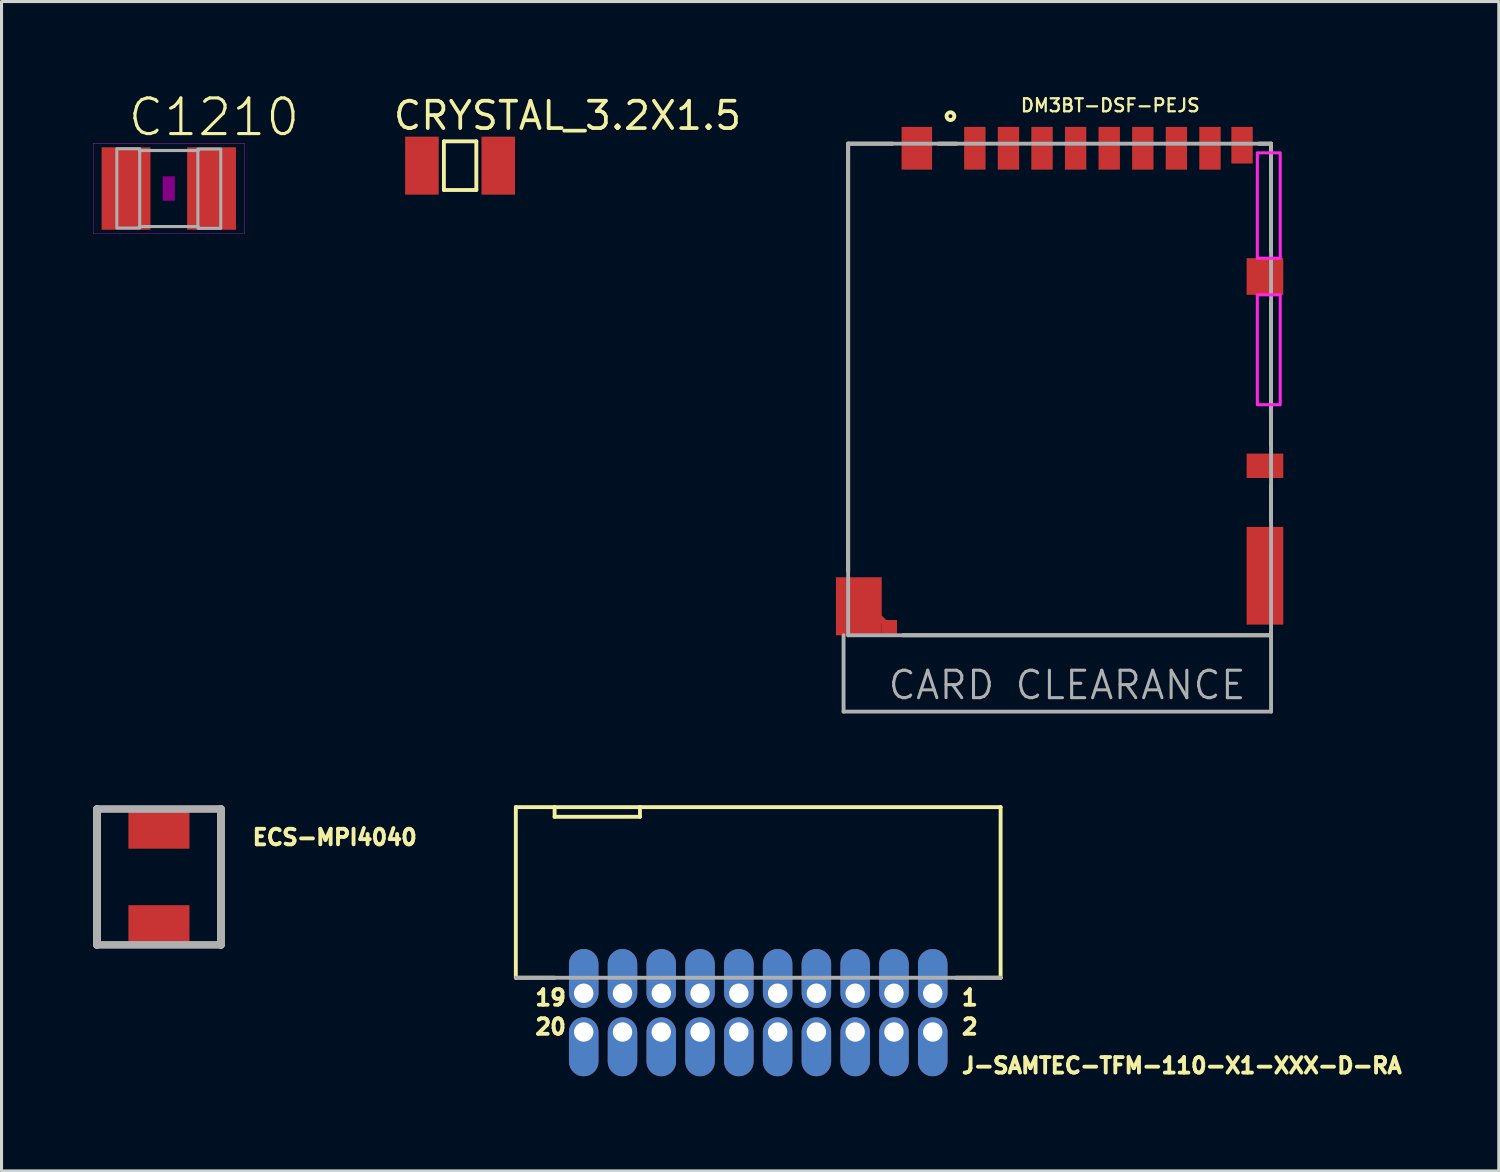
<source format=kicad_pcb>
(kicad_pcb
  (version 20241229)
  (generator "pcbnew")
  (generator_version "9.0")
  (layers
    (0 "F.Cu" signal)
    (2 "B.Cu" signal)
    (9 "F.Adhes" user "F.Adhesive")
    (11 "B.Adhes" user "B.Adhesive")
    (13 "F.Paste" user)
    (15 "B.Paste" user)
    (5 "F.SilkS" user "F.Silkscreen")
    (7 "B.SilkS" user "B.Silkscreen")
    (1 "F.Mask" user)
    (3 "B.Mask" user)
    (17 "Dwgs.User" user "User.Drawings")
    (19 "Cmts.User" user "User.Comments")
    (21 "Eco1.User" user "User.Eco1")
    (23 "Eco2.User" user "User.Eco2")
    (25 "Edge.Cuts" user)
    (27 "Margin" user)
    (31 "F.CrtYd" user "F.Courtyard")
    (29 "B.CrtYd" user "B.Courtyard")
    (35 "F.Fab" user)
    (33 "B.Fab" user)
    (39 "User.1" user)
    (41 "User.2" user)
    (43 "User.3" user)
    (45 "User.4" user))
  (footprint "ECS-MPI4040"
    (layer "F.Cu")
    (at 2.155 25.669)
    (property "Reference" "ECS-MPI4040" (at 3 -1 0) (unlocked yes) (layer "F.SilkS") (effects (font (size 0.508 0.508) (thickness 0.127)) (justify left bottom)))
    (fp_line (start -2.03 -2.225) (end -2.03 2.225) (stroke (width 0.25) (type solid)) (layer "F.SilkS"))
    (fp_line (start 2.03 -2.225) (end 2.03 2.225) (stroke (width 0.25) (type solid)) (layer "F.SilkS"))
    (fp_line (start -2.03 -2.225) (end -2.03 2.225) (stroke (width 0.25) (type solid)) (layer "F.Fab"))
    (fp_line (start 2.03 -2.225) (end -2.03 -2.225) (stroke (width 0.25) (type solid)) (layer "F.Fab"))
    (fp_line (start 2.03 -2.225) (end 2.03 2.225) (stroke (width 0.25) (type solid)) (layer "F.Fab"))
    (fp_line (start 2.03 2.225) (end -2.03 2.225) (stroke (width 0.25) (type solid)) (layer "F.Fab"))
    (pad "1" smd rect (at 0 -1.575) (size 2 1.3) (layers "F.Cu" "F.Mask" "F.Paste"))
    (pad "2" smd rect (at 0 1.575) (size 2 1.3) (layers "F.Cu" "F.Mask" "F.Paste")))
  (footprint "C1210"
    (layer "F.Cu")
    (at 2.478 3.124)
    (property "Reference" "C1210" (at -1.397 -1.651 0) (unlocked yes) (layer "F.SilkS") (effects (font (size 1.168 1.168) (thickness 0.102)) (justify left bottom)))
    (fp_poly (pts (xy -0.2 0.4) (xy 0.2 0.4) (xy 0.2 -0.4) (xy -0.2 -0.4)) (stroke (width 0) (type default)) (fill yes) (layer "F.Adhes"))
    (fp_line (start -2.473 -1.483) (end 2.473 -1.483) (stroke (width 0.01) (type solid)) (layer "F.CrtYd"))
    (fp_line (start -2.473 1.483) (end -2.473 -1.483) (stroke (width 0.01) (type solid)) (layer "F.CrtYd"))
    (fp_line (start 2.473 -1.483) (end 2.473 1.483) (stroke (width 0.01) (type solid)) (layer "F.CrtYd"))
    (fp_line (start 2.473 1.483) (end -2.473 1.483) (stroke (width 0.01) (type solid)) (layer "F.CrtYd"))
    (fp_line (start -0.965 -1.245) (end 0.965 -1.245) (stroke (width 0.102) (type solid)) (layer "F.Fab"))
    (fp_line (start -0.965 1.245) (end 0.965 1.245) (stroke (width 0.102) (type solid)) (layer "F.Fab"))
    (fp_poly (pts (xy -1.702 1.295) (xy -0.952 1.295) (xy -0.952 -1.304) (xy -1.702 -1.304)) (stroke (width 0.1) (type default)) (fill no) (layer "F.Fab"))
    (fp_poly (pts (xy 0.952 1.304) (xy 1.702 1.304) (xy 1.702 -1.295) (xy 0.952 -1.295)) (stroke (width 0.1) (type default)) (fill no) (layer "F.Fab"))
    (pad "1" smd rect (at -1.4 0) (size 1.6 2.7) (layers "F.Cu" "F.Mask" "F.Paste"))
    (pad "2" smd rect (at 1.4 0) (size 1.6 2.7) (layers "F.Cu" "F.Mask" "F.Paste")))
  (footprint "CRYSTAL_3.2X1.5"
    (layer "F.Cu")
    (at 12.018 2.375)
    (property "Reference" "CRYSTAL_3.2X1.5" (at -2.247 -1.116 0) (unlocked yes) (layer "F.SilkS") (effects (font (size 0.894 0.894) (thickness 0.122)) (justify left bottom)))
    (fp_line (start -0.531 -0.797) (end 0.531 -0.797) (stroke (width 0.127) (type solid)) (layer "F.SilkS"))
    (fp_line (start -0.531 0.797) (end -0.531 -0.797) (stroke (width 0.127) (type solid)) (layer "F.SilkS"))
    (fp_line (start 0.531 -0.797) (end 0.531 0.797) (stroke (width 0.127) (type solid)) (layer "F.SilkS"))
    (fp_line (start 0.531 0.797) (end -0.531 0.797) (stroke (width 0.127) (type solid)) (layer "F.SilkS"))
    (pad "P$1" smd rect (at -1.25 0) (size 1.1 1.9) (layers "F.Cu" "F.Mask" "F.Paste"))
    (pad "P$2" smd rect (at 1.25 0) (size 1.1 1.9) (layers "F.Cu" "F.Mask" "F.Paste")))
  (footprint "DM3BT-DSF-PEJS"
    (layer "F.Cu")
    (at 32.076 17.755)
    (property "Reference" "DM3BT-DSF-PEJS" (at -1.739 -17.105 0) (unlocked yes) (layer "F.SilkS") (effects (font (size 0.425 0.425) (thickness 0.075)) (justify left bottom)))
    (fp_line (start -7.35 -2.1) (end -7.35 -16.1) (stroke (width 0.127) (type solid)) (layer "F.SilkS"))
    (fp_line (start -5.9 -16.1) (end -7.35 -16.1) (stroke (width 0.127) (type solid)) (layer "F.SilkS"))
    (fp_line (start -4.4 -16.1) (end -3.8 -16.1) (stroke (width 0.127) (type solid)) (layer "F.SilkS"))
    (fp_line (start 6.1 -16.1) (end 6.5 -16.1) (stroke (width 0.127) (type solid)) (layer "F.SilkS"))
    (fp_line (start 6.5 -16.1) (end 6.5 -12.6) (stroke (width 0.127) (type solid)) (layer "F.SilkS"))
    (fp_line (start 6.5 -10.9) (end 6.5 -6.2) (stroke (width 0.127) (type solid)) (layer "F.SilkS"))
    (fp_line (start 6.5 -3.75) (end 6.5 -4.9) (stroke (width 0.127) (type solid)) (layer "F.SilkS"))
    (fp_line (start 6.5 -0.1) (end 6.5 0) (stroke (width 0.127) (type solid)) (layer "F.SilkS"))
    (fp_line (start 6.5 0) (end -5.55 0) (stroke (width 0.127) (type solid)) (layer "F.SilkS"))
    (fp_circle (center -4 -17) (end -3.873 -17) (stroke (width 0.127) (type solid)) (fill no) (layer "F.SilkS"))
    (fp_poly (pts (xy 6.05 -12.35) (xy 6.8 -12.35) (xy 6.8 -15.8) (xy 6.05 -15.8)) (stroke (width 0.1) (type default)) (fill no) (layer "F.CrtYd"))
    (fp_poly (pts (xy 6.05 -7.55) (xy 6.8 -7.55) (xy 6.8 -11.15) (xy 6.05 -11.15)) (stroke (width 0.1) (type default)) (fill no) (layer "F.CrtYd"))
    (fp_line (start -7.5 2.5) (end -7.5 0) (stroke (width 0.127) (type solid)) (layer "F.Fab"))
    (fp_line (start -7.5 2.5) (end 6.5 2.5) (stroke (width 0.127) (type solid)) (layer "F.Fab"))
    (fp_line (start -7.35 -16.1) (end -7.35 0) (stroke (width 0.127) (type solid)) (layer "F.Fab"))
    (fp_line (start -7.35 0) (end 6.5 0) (stroke (width 0.127) (type solid)) (layer "F.Fab"))
    (fp_line (start 6.5 -16.1) (end -7.35 -16.1) (stroke (width 0.127) (type solid)) (layer "F.Fab"))
    (fp_line (start 6.5 0) (end 6.5 -16.1) (stroke (width 0.127) (type solid)) (layer "F.Fab"))
    (fp_line (start 6.5 2.5) (end 6.5 0) (stroke (width 0.127) (type solid)) (layer "F.Fab"))
    (fp_text user "CARD CLEARANCE" (at -6.096 2.159 0) (unlocked yes) (layer "F.Fab") (effects (font (size 0.9 0.9) (thickness 0.1)) (justify left bottom)))
    (pad "1" smd rect (at -3.2 -15.95 90) (size 1.4 0.7) (layers "F.Cu" "F.Mask" "F.Paste"))
    (pad "2" smd rect (at -2.1 -15.95 90) (size 1.4 0.7) (layers "F.Cu" "F.Mask" "F.Paste"))
    (pad "3" smd rect (at -1 -15.95 90) (size 1.4 0.7) (layers "F.Cu" "F.Mask" "F.Paste"))
    (pad "4" smd rect (at 0.1 -15.95 90) (size 1.4 0.7) (layers "F.Cu" "F.Mask" "F.Paste"))
    (pad "5" smd rect (at 1.2 -15.95 90) (size 1.4 0.7) (layers "F.Cu" "F.Mask" "F.Paste"))
    (pad "6" smd rect (at 2.3 -15.95 90) (size 1.4 0.7) (layers "F.Cu" "F.Mask" "F.Paste"))
    (pad "7" smd rect (at 3.4 -15.95 90) (size 1.4 0.7) (layers "F.Cu" "F.Mask" "F.Paste"))
    (pad "8" smd rect (at 4.5 -15.95 90) (size 1.4 0.7) (layers "F.Cu" "F.Mask" "F.Paste"))
    (pad "CD" smd rect (at 5.55 -16.05 90) (size 1.2 0.7) (layers "F.Cu" "F.Mask" "F.Paste"))
    (pad "CGND1" smd rect (at -6 -0.25) (size 0.5 0.5) (layers "F.Cu" "F.Mask" "F.Paste"))
    (pad "CGND2" smd rect (at -7 -0.95) (size 1.5 1.9) (layers "F.Cu" "F.Mask" "F.Paste"))
    (pad "CGND3" smd rect (at -6.25 -0.5 45) (size 0.21 0.21) (layers "F.Cu" "F.Mask" "F.Paste"))
    (pad "CGND4" smd rect (at -5.1 -15.95) (size 1 1.4) (layers "F.Cu" "F.Mask" "F.Paste"))
    (pad "CGND5" smd rect (at 6.3 -11.75) (size 1.2 1.2) (layers "F.Cu" "F.Mask" "F.Paste"))
    (pad "CGND6" smd rect (at 6.3 -1.95) (size 1.2 3.2) (layers "F.Cu" "F.Mask" "F.Paste"))
    (pad "GND" smd rect (at 6.3 -5.55) (size 1.2 0.8) (layers "F.Cu" "F.Mask" "F.Paste")))
  (footprint "J-SAMTEC-TFM-110-X1-XXX-D-RA"
    (layer "F.Cu")
    (at 21.781 30.113)
    (property "Reference" "J-SAMTEC-TFM-110-X1-XXX-D-RA" (at 6.604 2.032 0) (unlocked yes) (layer "F.SilkS") (effects (font (size 0.508 0.508) (thickness 0.127)) (justify left bottom)))
    (fp_line (start -7.938 -6.731) (end -6.668 -6.731) (stroke (width 0.127) (type solid)) (layer "F.SilkS"))
    (fp_line (start -7.938 -1.143) (end -7.938 -6.731) (stroke (width 0.127) (type solid)) (layer "F.SilkS"))
    (fp_line (start -7.938 -1.143) (end -6.668 -1.143) (stroke (width 0.127) (type solid)) (layer "F.SilkS"))
    (fp_line (start -6.668 -6.731) (end -6.668 -6.413) (stroke (width 0.127) (type solid)) (layer "F.SilkS"))
    (fp_line (start -6.668 -6.731) (end -3.873 -6.731) (stroke (width 0.127) (type solid)) (layer "F.SilkS"))
    (fp_line (start -6.668 -6.413) (end -3.873 -6.413) (stroke (width 0.127) (type solid)) (layer "F.SilkS"))
    (fp_line (start -3.873 -6.731) (end 7.938 -6.731) (stroke (width 0.127) (type solid)) (layer "F.SilkS"))
    (fp_line (start -3.873 -6.413) (end -3.873 -6.731) (stroke (width 0.127) (type solid)) (layer "F.SilkS"))
    (fp_line (start 6.477 -1.143) (end 7.938 -1.143) (stroke (width 0.127) (type solid)) (layer "F.SilkS"))
    (fp_line (start 7.938 -6.731) (end 7.938 -1.143) (stroke (width 0.127) (type solid)) (layer "F.SilkS"))
    (fp_line (start -7.938 -1.143) (end 7.938 -1.143) (stroke (width 0.127) (type solid)) (layer "F.Fab"))
    (fp_text user "19" (at -7.366 -0.191 0) (unlocked yes) (layer "F.SilkS") (effects (font (size 0.508 0.508) (thickness 0.127)) (justify left bottom)))
    (fp_text user "20" (at -7.366 0.762 0) (unlocked yes) (layer "F.SilkS") (effects (font (size 0.508 0.508) (thickness 0.127)) (justify left bottom)))
    (fp_text user "2" (at 6.604 0.762 0) (unlocked yes) (layer "F.SilkS") (effects (font (size 0.508 0.508) (thickness 0.127)) (justify left bottom)))
    (fp_text user "1" (at 6.604 -0.191 0) (unlocked yes) (layer "F.SilkS") (effects (font (size 0.508 0.508) (thickness 0.127)) (justify left bottom)))
    (pad "1" thru_hole oval (at 5.715 -0.635 90) (size 1.93 0.965) (drill 0.635 (offset 0.483 0)) (layers "*.Cu" "*.Mask"))
    (pad "2" thru_hole oval (at 5.715 0.635 270) (size 1.93 0.965) (drill 0.635 (offset 0.483 0)) (layers "*.Cu" "*.Mask"))
    (pad "3" thru_hole oval (at 4.445 -0.635 90) (size 1.93 0.965) (drill 0.635 (offset 0.483 0)) (layers "*.Cu" "*.Mask"))
    (pad "4" thru_hole oval (at 4.445 0.635 270) (size 1.93 0.965) (drill 0.635 (offset 0.483 0)) (layers "*.Cu" "*.Mask"))
    (pad "5" thru_hole oval (at 3.175 -0.635 90) (size 1.93 0.965) (drill 0.635 (offset 0.483 0)) (layers "*.Cu" "*.Mask"))
    (pad "6" thru_hole oval (at 3.175 0.635 270) (size 1.93 0.965) (drill 0.635 (offset 0.483 0)) (layers "*.Cu" "*.Mask"))
    (pad "7" thru_hole oval (at 1.905 -0.635 90) (size 1.93 0.965) (drill 0.635 (offset 0.483 0)) (layers "*.Cu" "*.Mask"))
    (pad "8" thru_hole oval (at 1.905 0.635 270) (size 1.93 0.965) (drill 0.635 (offset 0.483 0)) (layers "*.Cu" "*.Mask"))
    (pad "9" thru_hole oval (at 0.635 -0.635 90) (size 1.93 0.965) (drill 0.635 (offset 0.483 0)) (layers "*.Cu" "*.Mask"))
    (pad "10" thru_hole oval (at 0.635 0.635 270) (size 1.93 0.965) (drill 0.635 (offset 0.483 0)) (layers "*.Cu" "*.Mask"))
    (pad "11" thru_hole oval (at -0.635 -0.635 90) (size 1.93 0.965) (drill 0.635 (offset 0.483 0)) (layers "*.Cu" "*.Mask"))
    (pad "12" thru_hole oval (at -0.635 0.635 270) (size 1.93 0.965) (drill 0.635 (offset 0.483 0)) (layers "*.Cu" "*.Mask"))
    (pad "13" thru_hole oval (at -1.905 -0.635 90) (size 1.93 0.965) (drill 0.635 (offset 0.483 0)) (layers "*.Cu" "*.Mask"))
    (pad "14" thru_hole oval (at -1.905 0.635 270) (size 1.93 0.965) (drill 0.635 (offset 0.483 0)) (layers "*.Cu" "*.Mask"))
    (pad "15" thru_hole oval (at -3.175 -0.635 90) (size 1.93 0.965) (drill 0.635 (offset 0.483 0)) (layers "*.Cu" "*.Mask"))
    (pad "16" thru_hole oval (at -3.175 0.635 270) (size 1.93 0.965) (drill 0.635 (offset 0.483 0)) (layers "*.Cu" "*.Mask"))
    (pad "17" thru_hole oval (at -4.445 -0.635 90) (size 1.93 0.965) (drill 0.635 (offset 0.483 0)) (layers "*.Cu" "*.Mask"))
    (pad "18" thru_hole oval (at -4.445 0.635 270) (size 1.93 0.965) (drill 0.635 (offset 0.483 0)) (layers "*.Cu" "*.Mask"))
    (pad "19" thru_hole oval (at -5.715 -0.635 90) (size 1.93 0.965) (drill 0.635 (offset 0.483 0)) (layers "*.Cu" "*.Mask"))
    (pad "20" thru_hole oval (at -5.715 0.635 270) (size 1.93 0.965) (drill 0.635 (offset 0.483 0)) (layers "*.Cu" "*.Mask")))
  (gr_rect
    (start -3 -3)
    (end 46.034 35.296)
    (stroke (width 0.1) (type default))
    (fill no)
    (layer "Edge.Cuts")))
</source>
